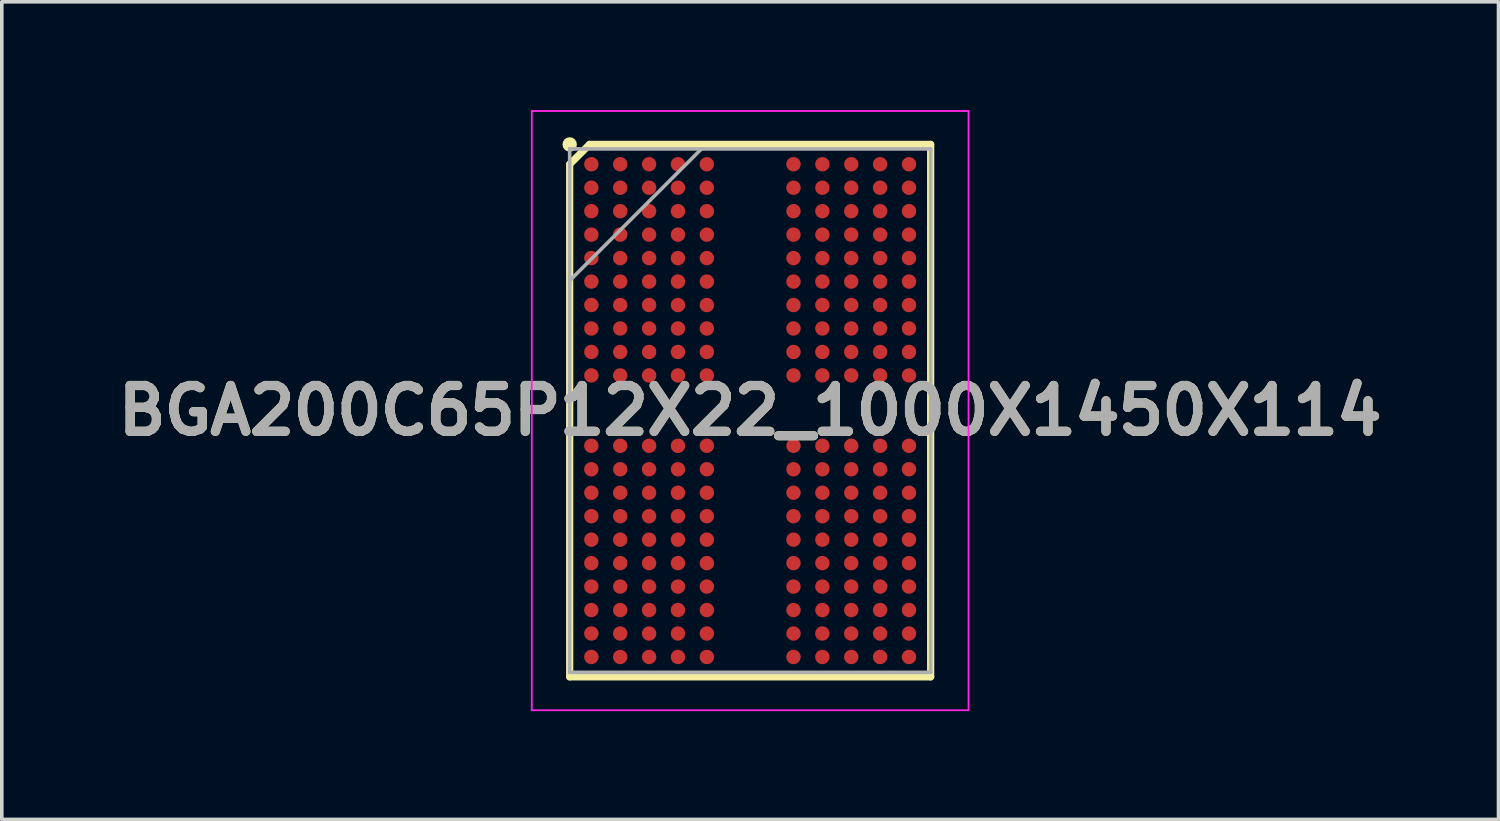
<source format=kicad_pcb>
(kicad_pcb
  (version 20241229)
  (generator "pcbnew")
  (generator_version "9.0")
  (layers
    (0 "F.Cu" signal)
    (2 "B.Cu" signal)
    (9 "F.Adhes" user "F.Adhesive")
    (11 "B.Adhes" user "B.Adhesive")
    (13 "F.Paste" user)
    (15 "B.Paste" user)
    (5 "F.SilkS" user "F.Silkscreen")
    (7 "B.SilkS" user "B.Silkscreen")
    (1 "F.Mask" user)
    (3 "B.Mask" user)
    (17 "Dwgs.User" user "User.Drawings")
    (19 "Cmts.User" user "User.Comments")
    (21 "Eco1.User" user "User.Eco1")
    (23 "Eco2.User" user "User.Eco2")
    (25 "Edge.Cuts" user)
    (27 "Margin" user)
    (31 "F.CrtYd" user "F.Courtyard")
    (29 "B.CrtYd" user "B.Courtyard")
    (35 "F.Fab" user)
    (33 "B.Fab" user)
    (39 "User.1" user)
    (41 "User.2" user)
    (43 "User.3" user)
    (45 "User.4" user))
  (footprint "BGA200C65P12X22_1000X1450X114"
    (layer "F.Cu")
    (at 17.732 8.325)
    (property "Reference" "BGA200C65P12X22_1000X1450X114" (at 0 0 0) (layer "F.SilkS") (effects (font (size 1.27 1.27) (thickness 0.254))))
    (attr smd)
    (fp_line (start -5 -6.824) (end -4.451 -7.373) (stroke (width 0.2) (type solid)) (layer "F.SilkS"))
    (fp_line (start -5 7.375) (end -5 -6.824) (stroke (width 0.2) (type solid)) (layer "F.SilkS"))
    (fp_line (start -4.451 -7.374) (end 5 -7.374) (stroke (width 0.2) (type solid)) (layer "F.SilkS"))
    (fp_line (start 5 -7.374) (end 5 7.375) (stroke (width 0.2) (type solid)) (layer "F.SilkS"))
    (fp_line (start 5 7.375) (end -5 7.375) (stroke (width 0.2) (type solid)) (layer "F.SilkS"))
    (fp_circle (center -5 -7.374) (end -5 -7.274) (stroke (width 0.2) (type solid)) (fill no) (layer "F.SilkS"))
    (fp_line (start -6.05 -8.3) (end 6.05 -8.3) (stroke (width 0.05) (type solid)) (layer "F.CrtYd"))
    (fp_line (start -6.05 8.3) (end -6.05 -8.3) (stroke (width 0.05) (type solid)) (layer "F.CrtYd"))
    (fp_line (start 6.05 -8.3) (end 6.05 8.3) (stroke (width 0.05) (type solid)) (layer "F.CrtYd"))
    (fp_line (start 6.05 8.3) (end -6.05 8.3) (stroke (width 0.05) (type solid)) (layer "F.CrtYd"))
    (fp_line (start -5 -7.25) (end 5 -7.25) (stroke (width 0.1) (type solid)) (layer "F.Fab"))
    (fp_line (start -5 -3.6) (end -1.35 -7.25) (stroke (width 0.1) (type solid)) (layer "F.Fab"))
    (fp_line (start -5 7.25) (end -5 -7.25) (stroke (width 0.1) (type solid)) (layer "F.Fab"))
    (fp_line (start 5 -7.25) (end 5 7.25) (stroke (width 0.1) (type solid)) (layer "F.Fab"))
    (fp_line (start 5 7.25) (end -5 7.25) (stroke (width 0.1) (type solid)) (layer "F.Fab"))
    (fp_text user "${REFERENCE}" (at 0 0 0) (layer "F.Fab") (effects (font (size 1.27 1.27) (thickness 0.254))))
    (pad "A1" smd circle (at -4.4 -6.825 90) (size 0.399 0.399) (layers "F.Cu" "F.Mask" "F.Paste"))
    (pad "A2" smd circle (at -3.6 -6.825 90) (size 0.399 0.399) (layers "F.Cu" "F.Mask" "F.Paste"))
    (pad "A3" smd circle (at -2.8 -6.825 90) (size 0.399 0.399) (layers "F.Cu" "F.Mask" "F.Paste"))
    (pad "A4" smd circle (at -2 -6.825 90) (size 0.399 0.399) (layers "F.Cu" "F.Mask" "F.Paste"))
    (pad "A5" smd circle (at -1.2 -6.825 90) (size 0.399 0.399) (layers "F.Cu" "F.Mask" "F.Paste"))
    (pad "A8" smd circle (at 1.2 -6.825 90) (size 0.399 0.399) (layers "F.Cu" "F.Mask" "F.Paste"))
    (pad "A9" smd circle (at 2 -6.825 90) (size 0.399 0.399) (layers "F.Cu" "F.Mask" "F.Paste"))
    (pad "A10" smd circle (at 2.8 -6.825 90) (size 0.399 0.399) (layers "F.Cu" "F.Mask" "F.Paste"))
    (pad "A11" smd circle (at 3.6 -6.825 90) (size 0.399 0.399) (layers "F.Cu" "F.Mask" "F.Paste"))
    (pad "A12" smd circle (at 4.4 -6.825 90) (size 0.399 0.399) (layers "F.Cu" "F.Mask" "F.Paste"))
    (pad "AA1" smd circle (at -4.4 6.175 90) (size 0.399 0.399) (layers "F.Cu" "F.Mask" "F.Paste"))
    (pad "AA2" smd circle (at -3.6 6.175 90) (size 0.399 0.399) (layers "F.Cu" "F.Mask" "F.Paste"))
    (pad "AA3" smd circle (at -2.8 6.175 90) (size 0.399 0.399) (layers "F.Cu" "F.Mask" "F.Paste"))
    (pad "AA4" smd circle (at -2 6.175 90) (size 0.399 0.399) (layers "F.Cu" "F.Mask" "F.Paste"))
    (pad "AA5" smd circle (at -1.2 6.175 90) (size 0.399 0.399) (layers "F.Cu" "F.Mask" "F.Paste"))
    (pad "AA8" smd circle (at 1.2 6.175 90) (size 0.399 0.399) (layers "F.Cu" "F.Mask" "F.Paste"))
    (pad "AA9" smd circle (at 2 6.175 90) (size 0.399 0.399) (layers "F.Cu" "F.Mask" "F.Paste"))
    (pad "AA10" smd circle (at 2.8 6.175 90) (size 0.399 0.399) (layers "F.Cu" "F.Mask" "F.Paste"))
    (pad "AA11" smd circle (at 3.6 6.175 90) (size 0.399 0.399) (layers "F.Cu" "F.Mask" "F.Paste"))
    (pad "AA12" smd circle (at 4.4 6.175 90) (size 0.399 0.399) (layers "F.Cu" "F.Mask" "F.Paste"))
    (pad "AB1" smd circle (at -4.4 6.825 90) (size 0.399 0.399) (layers "F.Cu" "F.Mask" "F.Paste"))
    (pad "AB2" smd circle (at -3.6 6.825 90) (size 0.399 0.399) (layers "F.Cu" "F.Mask" "F.Paste"))
    (pad "AB3" smd circle (at -2.8 6.825 90) (size 0.399 0.399) (layers "F.Cu" "F.Mask" "F.Paste"))
    (pad "AB4" smd circle (at -2 6.825 90) (size 0.399 0.399) (layers "F.Cu" "F.Mask" "F.Paste"))
    (pad "AB5" smd circle (at -1.2 6.825 90) (size 0.399 0.399) (layers "F.Cu" "F.Mask" "F.Paste"))
    (pad "AB8" smd circle (at 1.2 6.825 90) (size 0.399 0.399) (layers "F.Cu" "F.Mask" "F.Paste"))
    (pad "AB9" smd circle (at 2 6.825 90) (size 0.399 0.399) (layers "F.Cu" "F.Mask" "F.Paste"))
    (pad "AB10" smd circle (at 2.8 6.825 90) (size 0.399 0.399) (layers "F.Cu" "F.Mask" "F.Paste"))
    (pad "AB11" smd circle (at 3.6 6.825 90) (size 0.399 0.399) (layers "F.Cu" "F.Mask" "F.Paste"))
    (pad "AB12" smd circle (at 4.4 6.825 90) (size 0.399 0.399) (layers "F.Cu" "F.Mask" "F.Paste"))
    (pad "B1" smd circle (at -4.4 -6.175 90) (size 0.399 0.399) (layers "F.Cu" "F.Mask" "F.Paste"))
    (pad "B2" smd circle (at -3.6 -6.175 90) (size 0.399 0.399) (layers "F.Cu" "F.Mask" "F.Paste"))
    (pad "B3" smd circle (at -2.8 -6.175 90) (size 0.399 0.399) (layers "F.Cu" "F.Mask" "F.Paste"))
    (pad "B4" smd circle (at -2 -6.175 90) (size 0.399 0.399) (layers "F.Cu" "F.Mask" "F.Paste"))
    (pad "B5" smd circle (at -1.2 -6.175 90) (size 0.399 0.399) (layers "F.Cu" "F.Mask" "F.Paste"))
    (pad "B8" smd circle (at 1.2 -6.175 90) (size 0.399 0.399) (layers "F.Cu" "F.Mask" "F.Paste"))
    (pad "B9" smd circle (at 2 -6.175 90) (size 0.399 0.399) (layers "F.Cu" "F.Mask" "F.Paste"))
    (pad "B10" smd circle (at 2.8 -6.175 90) (size 0.399 0.399) (layers "F.Cu" "F.Mask" "F.Paste"))
    (pad "B11" smd circle (at 3.6 -6.175 90) (size 0.399 0.399) (layers "F.Cu" "F.Mask" "F.Paste"))
    (pad "B12" smd circle (at 4.4 -6.175 90) (size 0.399 0.399) (layers "F.Cu" "F.Mask" "F.Paste"))
    (pad "C1" smd circle (at -4.4 -5.525 90) (size 0.399 0.399) (layers "F.Cu" "F.Mask" "F.Paste"))
    (pad "C2" smd circle (at -3.6 -5.525 90) (size 0.399 0.399) (layers "F.Cu" "F.Mask" "F.Paste"))
    (pad "C3" smd circle (at -2.8 -5.525 90) (size 0.399 0.399) (layers "F.Cu" "F.Mask" "F.Paste"))
    (pad "C4" smd circle (at -2 -5.525 90) (size 0.399 0.399) (layers "F.Cu" "F.Mask" "F.Paste"))
    (pad "C5" smd circle (at -1.2 -5.525 90) (size 0.399 0.399) (layers "F.Cu" "F.Mask" "F.Paste"))
    (pad "C8" smd circle (at 1.2 -5.525 90) (size 0.399 0.399) (layers "F.Cu" "F.Mask" "F.Paste"))
    (pad "C9" smd circle (at 2 -5.525 90) (size 0.399 0.399) (layers "F.Cu" "F.Mask" "F.Paste"))
    (pad "C10" smd circle (at 2.8 -5.525 90) (size 0.399 0.399) (layers "F.Cu" "F.Mask" "F.Paste"))
    (pad "C11" smd circle (at 3.6 -5.525 90) (size 0.399 0.399) (layers "F.Cu" "F.Mask" "F.Paste"))
    (pad "C12" smd circle (at 4.4 -5.525 90) (size 0.399 0.399) (layers "F.Cu" "F.Mask" "F.Paste"))
    (pad "D1" smd circle (at -4.4 -4.875 90) (size 0.399 0.399) (layers "F.Cu" "F.Mask" "F.Paste"))
    (pad "D2" smd circle (at -3.6 -4.875 90) (size 0.399 0.399) (layers "F.Cu" "F.Mask" "F.Paste"))
    (pad "D3" smd circle (at -2.8 -4.875 90) (size 0.399 0.399) (layers "F.Cu" "F.Mask" "F.Paste"))
    (pad "D4" smd circle (at -2 -4.875 90) (size 0.399 0.399) (layers "F.Cu" "F.Mask" "F.Paste"))
    (pad "D5" smd circle (at -1.2 -4.875 90) (size 0.399 0.399) (layers "F.Cu" "F.Mask" "F.Paste"))
    (pad "D8" smd circle (at 1.2 -4.875 90) (size 0.399 0.399) (layers "F.Cu" "F.Mask" "F.Paste"))
    (pad "D9" smd circle (at 2 -4.875 90) (size 0.399 0.399) (layers "F.Cu" "F.Mask" "F.Paste"))
    (pad "D10" smd circle (at 2.8 -4.875 90) (size 0.399 0.399) (layers "F.Cu" "F.Mask" "F.Paste"))
    (pad "D11" smd circle (at 3.6 -4.875 90) (size 0.399 0.399) (layers "F.Cu" "F.Mask" "F.Paste"))
    (pad "D12" smd circle (at 4.4 -4.875 90) (size 0.399 0.399) (layers "F.Cu" "F.Mask" "F.Paste"))
    (pad "E1" smd circle (at -4.4 -4.225 90) (size 0.399 0.399) (layers "F.Cu" "F.Mask" "F.Paste"))
    (pad "E2" smd circle (at -3.6 -4.225 90) (size 0.399 0.399) (layers "F.Cu" "F.Mask" "F.Paste"))
    (pad "E3" smd circle (at -2.8 -4.225 90) (size 0.399 0.399) (layers "F.Cu" "F.Mask" "F.Paste"))
    (pad "E4" smd circle (at -2 -4.225 90) (size 0.399 0.399) (layers "F.Cu" "F.Mask" "F.Paste"))
    (pad "E5" smd circle (at -1.2 -4.225 90) (size 0.399 0.399) (layers "F.Cu" "F.Mask" "F.Paste"))
    (pad "E8" smd circle (at 1.2 -4.225 90) (size 0.399 0.399) (layers "F.Cu" "F.Mask" "F.Paste"))
    (pad "E9" smd circle (at 2 -4.225 90) (size 0.399 0.399) (layers "F.Cu" "F.Mask" "F.Paste"))
    (pad "E10" smd circle (at 2.8 -4.225 90) (size 0.399 0.399) (layers "F.Cu" "F.Mask" "F.Paste"))
    (pad "E11" smd circle (at 3.6 -4.225 90) (size 0.399 0.399) (layers "F.Cu" "F.Mask" "F.Paste"))
    (pad "E12" smd circle (at 4.4 -4.225 90) (size 0.399 0.399) (layers "F.Cu" "F.Mask" "F.Paste"))
    (pad "F1" smd circle (at -4.4 -3.575 90) (size 0.399 0.399) (layers "F.Cu" "F.Mask" "F.Paste"))
    (pad "F2" smd circle (at -3.6 -3.575 90) (size 0.399 0.399) (layers "F.Cu" "F.Mask" "F.Paste"))
    (pad "F3" smd circle (at -2.8 -3.575 90) (size 0.399 0.399) (layers "F.Cu" "F.Mask" "F.Paste"))
    (pad "F4" smd circle (at -2 -3.575 90) (size 0.399 0.399) (layers "F.Cu" "F.Mask" "F.Paste"))
    (pad "F5" smd circle (at -1.2 -3.575 90) (size 0.399 0.399) (layers "F.Cu" "F.Mask" "F.Paste"))
    (pad "F8" smd circle (at 1.2 -3.575 90) (size 0.399 0.399) (layers "F.Cu" "F.Mask" "F.Paste"))
    (pad "F9" smd circle (at 2 -3.575 90) (size 0.399 0.399) (layers "F.Cu" "F.Mask" "F.Paste"))
    (pad "F10" smd circle (at 2.8 -3.575 90) (size 0.399 0.399) (layers "F.Cu" "F.Mask" "F.Paste"))
    (pad "F11" smd circle (at 3.6 -3.575 90) (size 0.399 0.399) (layers "F.Cu" "F.Mask" "F.Paste"))
    (pad "F12" smd circle (at 4.4 -3.575 90) (size 0.399 0.399) (layers "F.Cu" "F.Mask" "F.Paste"))
    (pad "G1" smd circle (at -4.4 -2.925 90) (size 0.399 0.399) (layers "F.Cu" "F.Mask" "F.Paste"))
    (pad "G2" smd circle (at -3.6 -2.925 90) (size 0.399 0.399) (layers "F.Cu" "F.Mask" "F.Paste"))
    (pad "G3" smd circle (at -2.8 -2.925 90) (size 0.399 0.399) (layers "F.Cu" "F.Mask" "F.Paste"))
    (pad "G4" smd circle (at -2 -2.925 90) (size 0.399 0.399) (layers "F.Cu" "F.Mask" "F.Paste"))
    (pad "G5" smd circle (at -1.2 -2.925 90) (size 0.399 0.399) (layers "F.Cu" "F.Mask" "F.Paste"))
    (pad "G8" smd circle (at 1.2 -2.925 90) (size 0.399 0.399) (layers "F.Cu" "F.Mask" "F.Paste"))
    (pad "G9" smd circle (at 2 -2.925 90) (size 0.399 0.399) (layers "F.Cu" "F.Mask" "F.Paste"))
    (pad "G10" smd circle (at 2.8 -2.925 90) (size 0.399 0.399) (layers "F.Cu" "F.Mask" "F.Paste"))
    (pad "G11" smd circle (at 3.6 -2.925 90) (size 0.399 0.399) (layers "F.Cu" "F.Mask" "F.Paste"))
    (pad "G12" smd circle (at 4.4 -2.925 90) (size 0.399 0.399) (layers "F.Cu" "F.Mask" "F.Paste"))
    (pad "H1" smd circle (at -4.4 -2.275 90) (size 0.399 0.399) (layers "F.Cu" "F.Mask" "F.Paste"))
    (pad "H2" smd circle (at -3.6 -2.275 90) (size 0.399 0.399) (layers "F.Cu" "F.Mask" "F.Paste"))
    (pad "H3" smd circle (at -2.8 -2.275 90) (size 0.399 0.399) (layers "F.Cu" "F.Mask" "F.Paste"))
    (pad "H4" smd circle (at -2 -2.275 90) (size 0.399 0.399) (layers "F.Cu" "F.Mask" "F.Paste"))
    (pad "H5" smd circle (at -1.2 -2.275 90) (size 0.399 0.399) (layers "F.Cu" "F.Mask" "F.Paste"))
    (pad "H8" smd circle (at 1.2 -2.275 90) (size 0.399 0.399) (layers "F.Cu" "F.Mask" "F.Paste"))
    (pad "H9" smd circle (at 2 -2.275 90) (size 0.399 0.399) (layers "F.Cu" "F.Mask" "F.Paste"))
    (pad "H10" smd circle (at 2.8 -2.275 90) (size 0.399 0.399) (layers "F.Cu" "F.Mask" "F.Paste"))
    (pad "H11" smd circle (at 3.6 -2.275 90) (size 0.399 0.399) (layers "F.Cu" "F.Mask" "F.Paste"))
    (pad "H12" smd circle (at 4.4 -2.275 90) (size 0.399 0.399) (layers "F.Cu" "F.Mask" "F.Paste"))
    (pad "J1" smd circle (at -4.4 -1.625 90) (size 0.399 0.399) (layers "F.Cu" "F.Mask" "F.Paste"))
    (pad "J2" smd circle (at -3.6 -1.625 90) (size 0.399 0.399) (layers "F.Cu" "F.Mask" "F.Paste"))
    (pad "J3" smd circle (at -2.8 -1.625 90) (size 0.399 0.399) (layers "F.Cu" "F.Mask" "F.Paste"))
    (pad "J4" smd circle (at -2 -1.625 90) (size 0.399 0.399) (layers "F.Cu" "F.Mask" "F.Paste"))
    (pad "J5" smd circle (at -1.2 -1.625 90) (size 0.399 0.399) (layers "F.Cu" "F.Mask" "F.Paste"))
    (pad "J8" smd circle (at 1.2 -1.625 90) (size 0.399 0.399) (layers "F.Cu" "F.Mask" "F.Paste"))
    (pad "J9" smd circle (at 2 -1.625 90) (size 0.399 0.399) (layers "F.Cu" "F.Mask" "F.Paste"))
    (pad "J10" smd circle (at 2.8 -1.625 90) (size 0.399 0.399) (layers "F.Cu" "F.Mask" "F.Paste"))
    (pad "J11" smd circle (at 3.6 -1.625 90) (size 0.399 0.399) (layers "F.Cu" "F.Mask" "F.Paste"))
    (pad "J12" smd circle (at 4.4 -1.625 90) (size 0.399 0.399) (layers "F.Cu" "F.Mask" "F.Paste"))
    (pad "K1" smd circle (at -4.4 -0.975 90) (size 0.399 0.399) (layers "F.Cu" "F.Mask" "F.Paste"))
    (pad "K2" smd circle (at -3.6 -0.975 90) (size 0.399 0.399) (layers "F.Cu" "F.Mask" "F.Paste"))
    (pad "K3" smd circle (at -2.8 -0.975 90) (size 0.399 0.399) (layers "F.Cu" "F.Mask" "F.Paste"))
    (pad "K4" smd circle (at -2 -0.975 90) (size 0.399 0.399) (layers "F.Cu" "F.Mask" "F.Paste"))
    (pad "K5" smd circle (at -1.2 -0.975 90) (size 0.399 0.399) (layers "F.Cu" "F.Mask" "F.Paste"))
    (pad "K8" smd circle (at 1.2 -0.975 90) (size 0.399 0.399) (layers "F.Cu" "F.Mask" "F.Paste"))
    (pad "K9" smd circle (at 2 -0.975 90) (size 0.399 0.399) (layers "F.Cu" "F.Mask" "F.Paste"))
    (pad "K10" smd circle (at 2.8 -0.975 90) (size 0.399 0.399) (layers "F.Cu" "F.Mask" "F.Paste"))
    (pad "K11" smd circle (at 3.6 -0.975 90) (size 0.399 0.399) (layers "F.Cu" "F.Mask" "F.Paste"))
    (pad "K12" smd circle (at 4.4 -0.975 90) (size 0.399 0.399) (layers "F.Cu" "F.Mask" "F.Paste"))
    (pad "N1" smd circle (at -4.4 0.975 90) (size 0.399 0.399) (layers "F.Cu" "F.Mask" "F.Paste"))
    (pad "N2" smd circle (at -3.6 0.975 90) (size 0.399 0.399) (layers "F.Cu" "F.Mask" "F.Paste"))
    (pad "N3" smd circle (at -2.8 0.975 90) (size 0.399 0.399) (layers "F.Cu" "F.Mask" "F.Paste"))
    (pad "N4" smd circle (at -2 0.975 90) (size 0.399 0.399) (layers "F.Cu" "F.Mask" "F.Paste"))
    (pad "N5" smd circle (at -1.2 0.975 90) (size 0.399 0.399) (layers "F.Cu" "F.Mask" "F.Paste"))
    (pad "N8" smd circle (at 1.2 0.975 90) (size 0.399 0.399) (layers "F.Cu" "F.Mask" "F.Paste"))
    (pad "N9" smd circle (at 2 0.975 90) (size 0.399 0.399) (layers "F.Cu" "F.Mask" "F.Paste"))
    (pad "N10" smd circle (at 2.8 0.975 90) (size 0.399 0.399) (layers "F.Cu" "F.Mask" "F.Paste"))
    (pad "N11" smd circle (at 3.6 0.975 90) (size 0.399 0.399) (layers "F.Cu" "F.Mask" "F.Paste"))
    (pad "N12" smd circle (at 4.4 0.975 90) (size 0.399 0.399) (layers "F.Cu" "F.Mask" "F.Paste"))
    (pad "P1" smd circle (at -4.4 1.625 90) (size 0.399 0.399) (layers "F.Cu" "F.Mask" "F.Paste"))
    (pad "P2" smd circle (at -3.6 1.625 90) (size 0.399 0.399) (layers "F.Cu" "F.Mask" "F.Paste"))
    (pad "P3" smd circle (at -2.8 1.625 90) (size 0.399 0.399) (layers "F.Cu" "F.Mask" "F.Paste"))
    (pad "P4" smd circle (at -2 1.625 90) (size 0.399 0.399) (layers "F.Cu" "F.Mask" "F.Paste"))
    (pad "P5" smd circle (at -1.2 1.625 90) (size 0.399 0.399) (layers "F.Cu" "F.Mask" "F.Paste"))
    (pad "P8" smd circle (at 1.2 1.625 90) (size 0.399 0.399) (layers "F.Cu" "F.Mask" "F.Paste"))
    (pad "P9" smd circle (at 2 1.625 90) (size 0.399 0.399) (layers "F.Cu" "F.Mask" "F.Paste"))
    (pad "P10" smd circle (at 2.8 1.625 90) (size 0.399 0.399) (layers "F.Cu" "F.Mask" "F.Paste"))
    (pad "P11" smd circle (at 3.6 1.625 90) (size 0.399 0.399) (layers "F.Cu" "F.Mask" "F.Paste"))
    (pad "P12" smd circle (at 4.4 1.625 90) (size 0.399 0.399) (layers "F.Cu" "F.Mask" "F.Paste"))
    (pad "R1" smd circle (at -4.4 2.275 90) (size 0.399 0.399) (layers "F.Cu" "F.Mask" "F.Paste"))
    (pad "R2" smd circle (at -3.6 2.275 90) (size 0.399 0.399) (layers "F.Cu" "F.Mask" "F.Paste"))
    (pad "R3" smd circle (at -2.8 2.275 90) (size 0.399 0.399) (layers "F.Cu" "F.Mask" "F.Paste"))
    (pad "R4" smd circle (at -2 2.275 90) (size 0.399 0.399) (layers "F.Cu" "F.Mask" "F.Paste"))
    (pad "R5" smd circle (at -1.2 2.275 90) (size 0.399 0.399) (layers "F.Cu" "F.Mask" "F.Paste"))
    (pad "R8" smd circle (at 1.2 2.275 90) (size 0.399 0.399) (layers "F.Cu" "F.Mask" "F.Paste"))
    (pad "R9" smd circle (at 2 2.275 90) (size 0.399 0.399) (layers "F.Cu" "F.Mask" "F.Paste"))
    (pad "R10" smd circle (at 2.8 2.275 90) (size 0.399 0.399) (layers "F.Cu" "F.Mask" "F.Paste"))
    (pad "R11" smd circle (at 3.6 2.275 90) (size 0.399 0.399) (layers "F.Cu" "F.Mask" "F.Paste"))
    (pad "R12" smd circle (at 4.4 2.275 90) (size 0.399 0.399) (layers "F.Cu" "F.Mask" "F.Paste"))
    (pad "T1" smd circle (at -4.4 2.925 90) (size 0.399 0.399) (layers "F.Cu" "F.Mask" "F.Paste"))
    (pad "T2" smd circle (at -3.6 2.925 90) (size 0.399 0.399) (layers "F.Cu" "F.Mask" "F.Paste"))
    (pad "T3" smd circle (at -2.8 2.925 90) (size 0.399 0.399) (layers "F.Cu" "F.Mask" "F.Paste"))
    (pad "T4" smd circle (at -2 2.925 90) (size 0.399 0.399) (layers "F.Cu" "F.Mask" "F.Paste"))
    (pad "T5" smd circle (at -1.2 2.925 90) (size 0.399 0.399) (layers "F.Cu" "F.Mask" "F.Paste"))
    (pad "T8" smd circle (at 1.2 2.925 90) (size 0.399 0.399) (layers "F.Cu" "F.Mask" "F.Paste"))
    (pad "T9" smd circle (at 2 2.925 90) (size 0.399 0.399) (layers "F.Cu" "F.Mask" "F.Paste"))
    (pad "T10" smd circle (at 2.8 2.925 90) (size 0.399 0.399) (layers "F.Cu" "F.Mask" "F.Paste"))
    (pad "T11" smd circle (at 3.6 2.925 90) (size 0.399 0.399) (layers "F.Cu" "F.Mask" "F.Paste"))
    (pad "T12" smd circle (at 4.4 2.925 90) (size 0.399 0.399) (layers "F.Cu" "F.Mask" "F.Paste"))
    (pad "U1" smd circle (at -4.4 3.575 90) (size 0.399 0.399) (layers "F.Cu" "F.Mask" "F.Paste"))
    (pad "U2" smd circle (at -3.6 3.575 90) (size 0.399 0.399) (layers "F.Cu" "F.Mask" "F.Paste"))
    (pad "U3" smd circle (at -2.8 3.575 90) (size 0.399 0.399) (layers "F.Cu" "F.Mask" "F.Paste"))
    (pad "U4" smd circle (at -2 3.575 90) (size 0.399 0.399) (layers "F.Cu" "F.Mask" "F.Paste"))
    (pad "U5" smd circle (at -1.2 3.575 90) (size 0.399 0.399) (layers "F.Cu" "F.Mask" "F.Paste"))
    (pad "U8" smd circle (at 1.2 3.575 90) (size 0.399 0.399) (layers "F.Cu" "F.Mask" "F.Paste"))
    (pad "U9" smd circle (at 2 3.575 90) (size 0.399 0.399) (layers "F.Cu" "F.Mask" "F.Paste"))
    (pad "U10" smd circle (at 2.8 3.575 90) (size 0.399 0.399) (layers "F.Cu" "F.Mask" "F.Paste"))
    (pad "U11" smd circle (at 3.6 3.575 90) (size 0.399 0.399) (layers "F.Cu" "F.Mask" "F.Paste"))
    (pad "U12" smd circle (at 4.4 3.575 90) (size 0.399 0.399) (layers "F.Cu" "F.Mask" "F.Paste"))
    (pad "V1" smd circle (at -4.4 4.225 90) (size 0.399 0.399) (layers "F.Cu" "F.Mask" "F.Paste"))
    (pad "V2" smd circle (at -3.6 4.225 90) (size 0.399 0.399) (layers "F.Cu" "F.Mask" "F.Paste"))
    (pad "V3" smd circle (at -2.8 4.225 90) (size 0.399 0.399) (layers "F.Cu" "F.Mask" "F.Paste"))
    (pad "V4" smd circle (at -2 4.225 90) (size 0.399 0.399) (layers "F.Cu" "F.Mask" "F.Paste"))
    (pad "V5" smd circle (at -1.2 4.225 90) (size 0.399 0.399) (layers "F.Cu" "F.Mask" "F.Paste"))
    (pad "V8" smd circle (at 1.2 4.225 90) (size 0.399 0.399) (layers "F.Cu" "F.Mask" "F.Paste"))
    (pad "V9" smd circle (at 2 4.225 90) (size 0.399 0.399) (layers "F.Cu" "F.Mask" "F.Paste"))
    (pad "V10" smd circle (at 2.8 4.225 90) (size 0.399 0.399) (layers "F.Cu" "F.Mask" "F.Paste"))
    (pad "V11" smd circle (at 3.6 4.225 90) (size 0.399 0.399) (layers "F.Cu" "F.Mask" "F.Paste"))
    (pad "V12" smd circle (at 4.4 4.225 90) (size 0.399 0.399) (layers "F.Cu" "F.Mask" "F.Paste"))
    (pad "W1" smd circle (at -4.4 4.875 90) (size 0.399 0.399) (layers "F.Cu" "F.Mask" "F.Paste"))
    (pad "W2" smd circle (at -3.6 4.875 90) (size 0.399 0.399) (layers "F.Cu" "F.Mask" "F.Paste"))
    (pad "W3" smd circle (at -2.8 4.875 90) (size 0.399 0.399) (layers "F.Cu" "F.Mask" "F.Paste"))
    (pad "W4" smd circle (at -2 4.875 90) (size 0.399 0.399) (layers "F.Cu" "F.Mask" "F.Paste"))
    (pad "W5" smd circle (at -1.2 4.875 90) (size 0.399 0.399) (layers "F.Cu" "F.Mask" "F.Paste"))
    (pad "W8" smd circle (at 1.2 4.875 90) (size 0.399 0.399) (layers "F.Cu" "F.Mask" "F.Paste"))
    (pad "W9" smd circle (at 2 4.875 90) (size 0.399 0.399) (layers "F.Cu" "F.Mask" "F.Paste"))
    (pad "W10" smd circle (at 2.8 4.875 90) (size 0.399 0.399) (layers "F.Cu" "F.Mask" "F.Paste"))
    (pad "W11" smd circle (at 3.6 4.875 90) (size 0.399 0.399) (layers "F.Cu" "F.Mask" "F.Paste"))
    (pad "W12" smd circle (at 4.4 4.875 90) (size 0.399 0.399) (layers "F.Cu" "F.Mask" "F.Paste"))
    (pad "Y1" smd circle (at -4.4 5.525 90) (size 0.399 0.399) (layers "F.Cu" "F.Mask" "F.Paste"))
    (pad "Y2" smd circle (at -3.6 5.525 90) (size 0.399 0.399) (layers "F.Cu" "F.Mask" "F.Paste"))
    (pad "Y3" smd circle (at -2.8 5.525 90) (size 0.399 0.399) (layers "F.Cu" "F.Mask" "F.Paste"))
    (pad "Y4" smd circle (at -2 5.525 90) (size 0.399 0.399) (layers "F.Cu" "F.Mask" "F.Paste"))
    (pad "Y5" smd circle (at -1.2 5.525 90) (size 0.399 0.399) (layers "F.Cu" "F.Mask" "F.Paste"))
    (pad "Y8" smd circle (at 1.2 5.525 90) (size 0.399 0.399) (layers "F.Cu" "F.Mask" "F.Paste"))
    (pad "Y9" smd circle (at 2 5.525 90) (size 0.399 0.399) (layers "F.Cu" "F.Mask" "F.Paste"))
    (pad "Y10" smd circle (at 2.8 5.525 90) (size 0.399 0.399) (layers "F.Cu" "F.Mask" "F.Paste"))
    (pad "Y11" smd circle (at 3.6 5.525 90) (size 0.399 0.399) (layers "F.Cu" "F.Mask" "F.Paste"))
    (pad "Y12" smd circle (at 4.4 5.525 90) (size 0.399 0.399) (layers "F.Cu" "F.Mask" "F.Paste")))
  (gr_rect
    (start -3 -3)
    (end 38.463 19.65)
    (stroke (width 0.1) (type default))
    (fill no)
    (layer "Edge.Cuts")))
</source>
